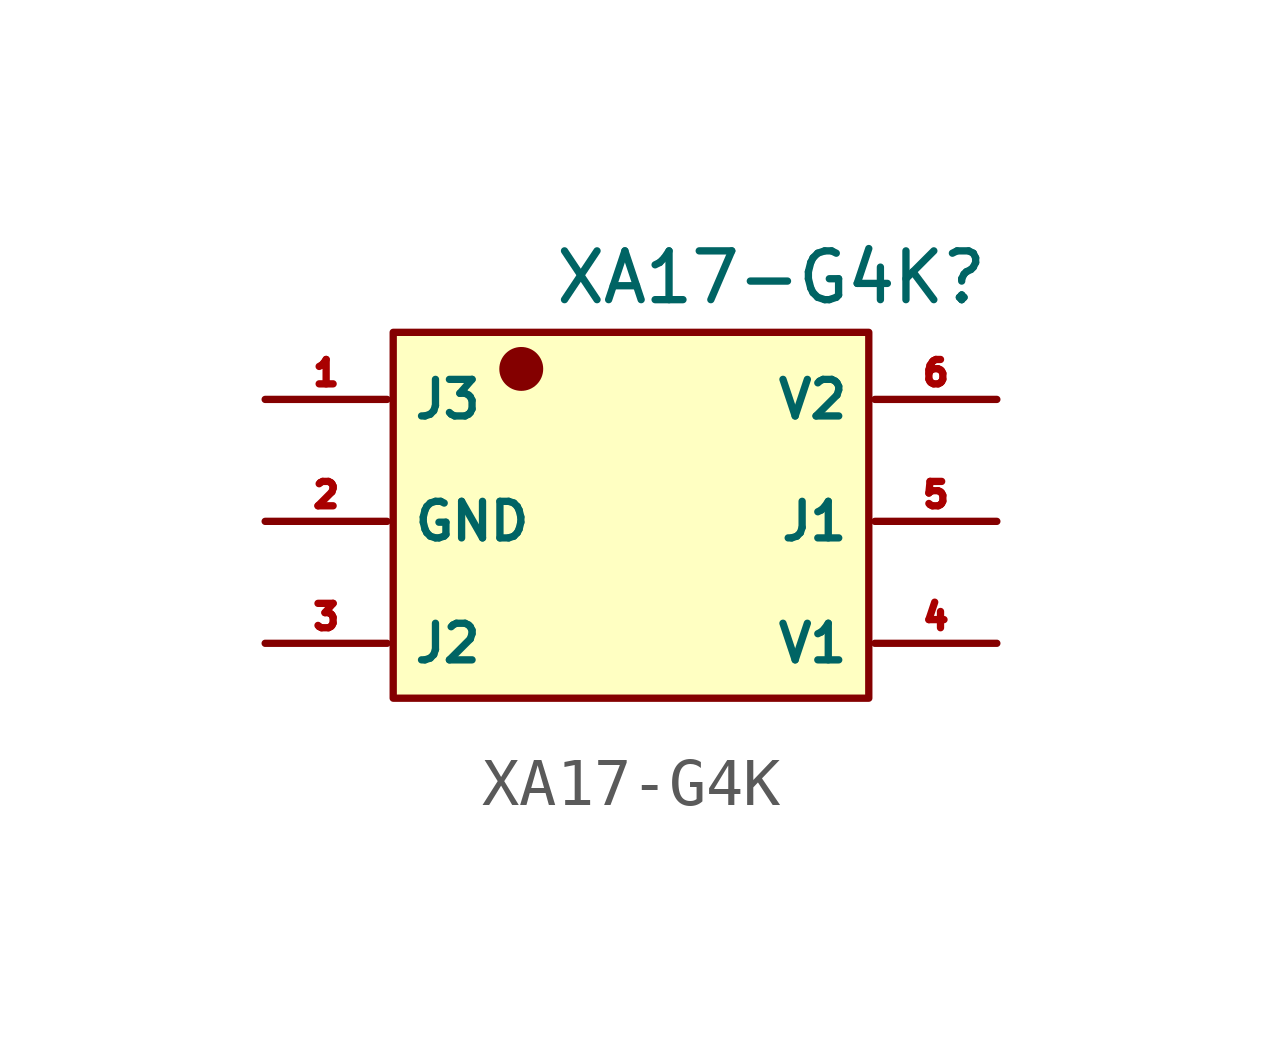
<source format=kicad_sym>
(kicad_symbol_lib
  (version 20220914)
  (generator kicad_symbol_editor)
  (symbol "XA17-G4K"
    (property "Reference" "XA17-G4K"
      (at 2.921 5.08 0)
      (effects (font (size 1.016 1.016))))
    (property "Value" ""
      (at 0 0 0)
      (effects (font (size 1.27 1.27))))
    (symbol "XA17-G4K_1_1"
      (rectangle (start -4.953 3.937) (end 4.953 -3.683) (stroke (width 0) (type solid)) (fill (type background)))
      (circle (center -2.286 3.175) (radius 0.381) (stroke (width 0) (type default)) (fill (type outline)))
      (pin free line (at -7.62 2.54 0) (length 2.54) (name "J3" (effects (font (size 0.762 0.762)))) (number "1" (effects (font (size 0.508 0.508)))))
      (pin free line (at -7.62 0 0) (length 2.54) (name "GND" (effects (font (size 0.762 0.762)))) (number "2" (effects (font (size 0.508 0.508)))))
      (pin free line (at -7.62 -2.54 0) (length 2.54) (name "J2" (effects (font (size 0.762 0.762)))) (number "3" (effects (font (size 0.508 0.508)))))
      (pin free line (at 7.62 -2.54 180) (length 2.54) (name "V1" (effects (font (size 0.762 0.762)))) (number "4" (effects (font (size 0.508 0.508)))))
      (pin free line (at 7.62 0 180) (length 2.54) (name "J1" (effects (font (size 0.762 0.762)))) (number "5" (effects (font (size 0.508 0.508)))))
      (pin free line (at 7.62 2.54 180) (length 2.54) (name "V2" (effects (font (size 0.762 0.762)))) (number "6" (effects (font (size 0.508 0.508))))))))
</source>
